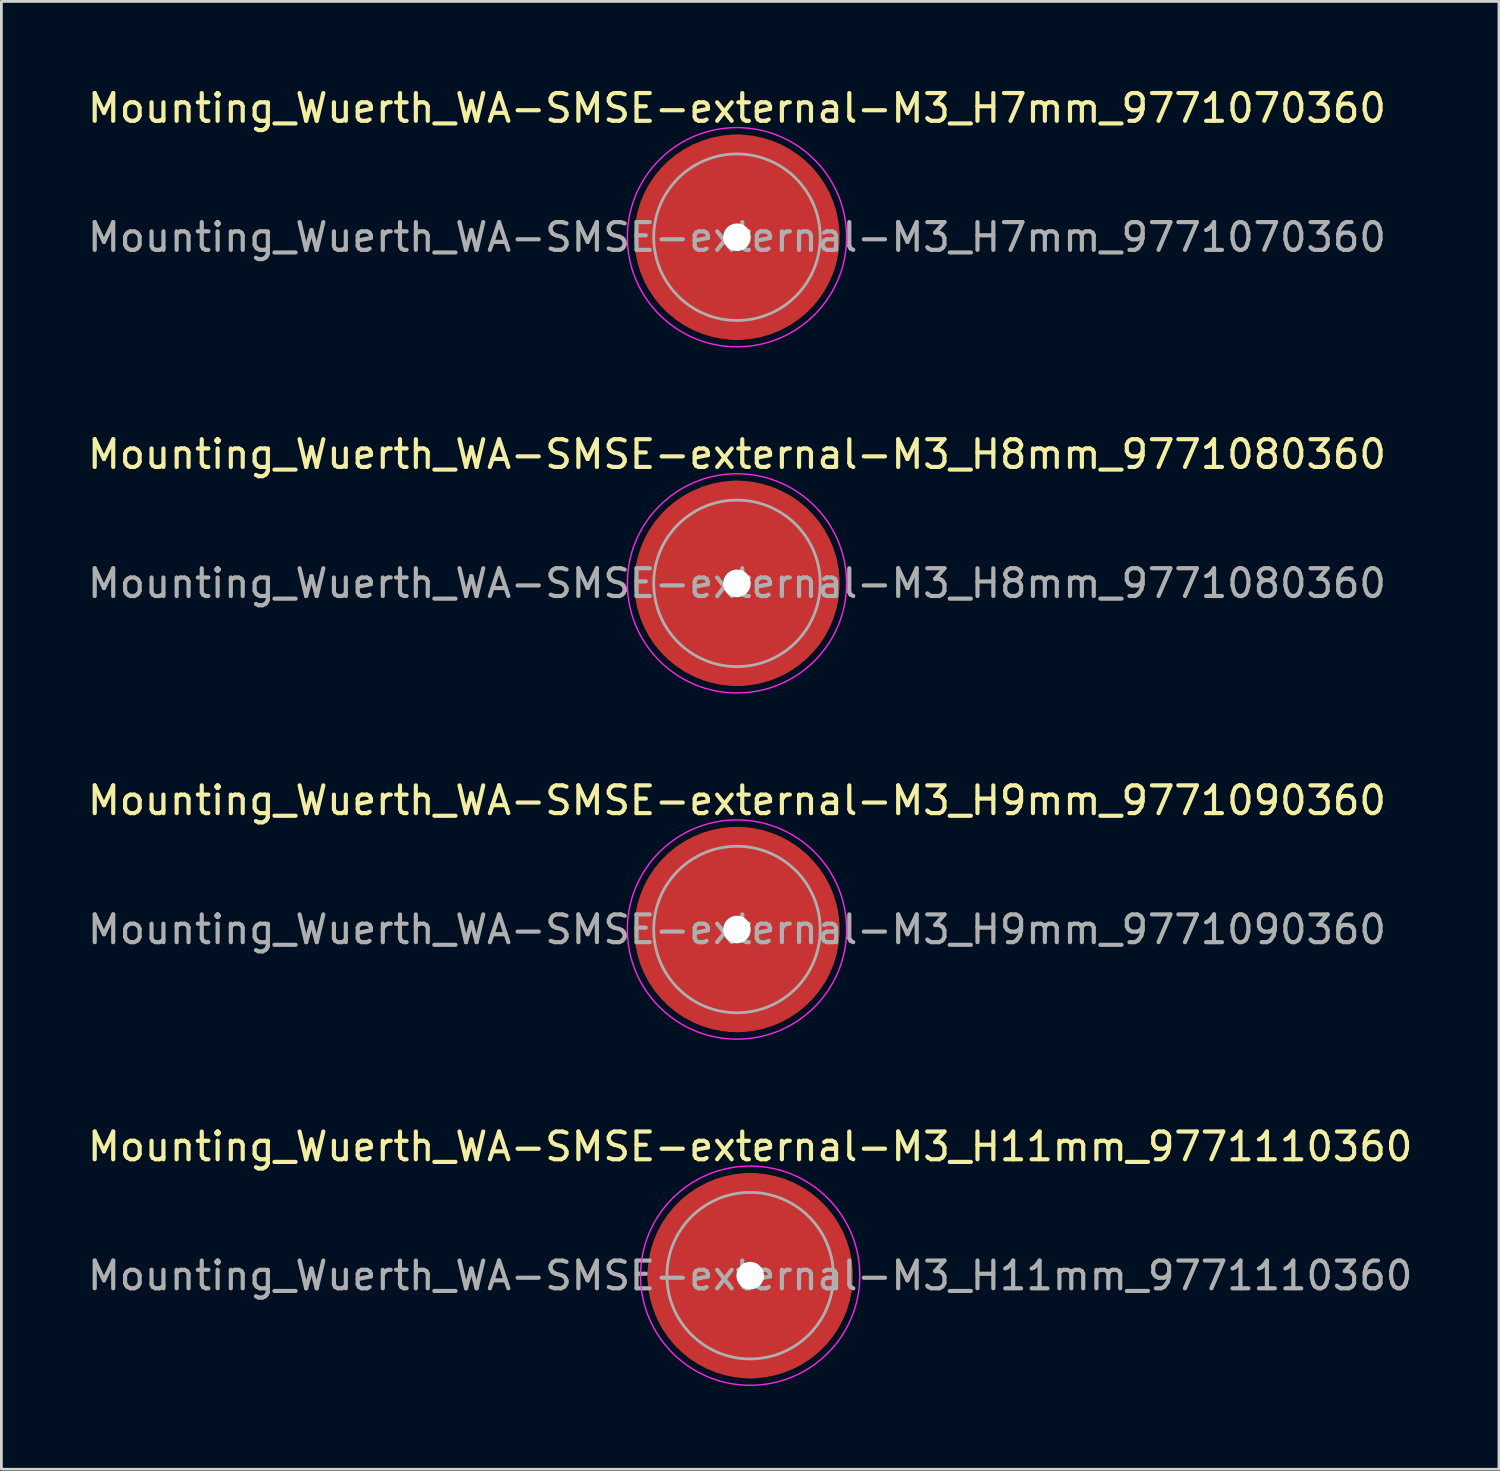
<source format=kicad_pcb>
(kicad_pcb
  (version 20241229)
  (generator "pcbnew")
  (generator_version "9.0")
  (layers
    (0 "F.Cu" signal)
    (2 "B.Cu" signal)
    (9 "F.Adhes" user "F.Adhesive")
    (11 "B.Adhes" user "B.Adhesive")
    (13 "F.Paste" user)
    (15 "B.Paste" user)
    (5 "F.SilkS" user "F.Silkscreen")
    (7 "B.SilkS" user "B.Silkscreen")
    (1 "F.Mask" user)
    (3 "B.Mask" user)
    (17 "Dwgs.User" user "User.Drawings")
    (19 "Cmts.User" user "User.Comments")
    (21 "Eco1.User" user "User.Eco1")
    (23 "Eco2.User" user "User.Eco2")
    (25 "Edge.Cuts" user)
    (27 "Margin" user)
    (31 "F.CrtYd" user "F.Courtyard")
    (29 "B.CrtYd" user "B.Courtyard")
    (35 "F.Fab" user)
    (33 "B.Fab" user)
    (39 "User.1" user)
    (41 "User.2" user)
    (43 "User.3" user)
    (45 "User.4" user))
  (footprint "Mounting_Wuerth_WA-SMSE-external-M3_H9mm_9771090360"
    (layer "F.Cu")
    (at 23.506 30.445)
    (property "Reference" "Mounting_Wuerth_WA-SMSE-external-M3_H9mm_9771090360" (at 0 -4.65 0) (layer "F.SilkS") (effects (font (size 1 1) (thickness 0.15))))
    (attr smd)
    (fp_circle (center 0 0) (end 3.95 0) (stroke (width 0.05) (type solid)) (fill no) (layer "F.CrtYd"))
    (fp_circle (center 0 0) (end 3 0) (stroke (width 0.1) (type solid)) (fill no) (layer "F.Fab"))
    (fp_text user "${REFERENCE}" (at 0 0 0) (layer "F.Fab") (effects (font (size 1 1) (thickness 0.15))))
    (pad "" smd custom (at 0 -2.1) (size 3 3) (layers "F.Paste") (options (anchor circle)) (primitives (gr_arc (start -0.429069 0.82) (mid 0 0.75) (end 0.429069 0.82) (width 1.5)) (gr_arc (start -1.664812 0.82) (mid 0 0) (end 1.664812 0.82) (width 1.5)) (gr_arc (start -2.54639 0.82) (mid 0 -0.75) (end 2.54639 0.82) (width 1.5)) (gr_line (start 0.429 0.82) (end 2.546 0.82) (width 1.5)) (gr_line (start -0.429 0.82) (end -2.546 0.82) (width 1.5))))
    (pad "" np_thru_hole circle (at 0 0) (size 1 1) (drill 1) (layers "*.Cu" "*.Mask"))
    (pad "" smd custom (at 0 2.1) (size 3 3) (layers "F.Paste") (options (anchor circle)) (primitives (gr_arc (start 0.429069 -0.82) (mid 0 -0.75) (end -0.429069 -0.82) (width 1.5)) (gr_arc (start 1.664812 -0.82) (mid 0 0) (end -1.664812 -0.82) (width 1.5)) (gr_arc (start 2.54639 -0.82) (mid 0 0.75) (end -2.54639 -0.82) (width 1.5)) (gr_line (start -0.429 -0.82) (end -2.546 -0.82) (width 1.5)) (gr_line (start 0.429 -0.82) (end 2.546 -0.82) (width 1.5))))
    (pad "1" smd circle (at -2.1 0) (size 3.2 3.2) (layers "F.Cu"))
    (pad "1" smd circle (at 0 -2.1) (size 3.2 3.2) (layers "F.Cu"))
    (pad "1" smd circle (at 0 2.1) (size 3.2 3.2) (layers "F.Cu"))
    (pad "1" smd custom (at 2.1 0) (size 3.2 3.2) (layers "F.Cu" "F.Mask") (options (anchor circle)) (primitives (gr_circle (center -2.1 0) (end 0 0) (width 3.2) (fill no)))))
  (footprint "Mounting_Wuerth_WA-SMSE-external-M3_H8mm_9771080360"
    (layer "F.Cu")
    (at 23.506 17.971)
    (property "Reference" "Mounting_Wuerth_WA-SMSE-external-M3_H8mm_9771080360" (at 0 -4.65 0) (layer "F.SilkS") (effects (font (size 1 1) (thickness 0.15))))
    (attr smd)
    (fp_circle (center 0 0) (end 3.95 0) (stroke (width 0.05) (type solid)) (fill no) (layer "F.CrtYd"))
    (fp_circle (center 0 0) (end 3 0) (stroke (width 0.1) (type solid)) (fill no) (layer "F.Fab"))
    (fp_text user "${REFERENCE}" (at 0 0 0) (layer "F.Fab") (effects (font (size 1 1) (thickness 0.15))))
    (pad "" smd custom (at 0 -2.1) (size 3 3) (layers "F.Paste") (options (anchor circle)) (primitives (gr_arc (start -0.429069 0.82) (mid 0 0.75) (end 0.429069 0.82) (width 1.5)) (gr_arc (start -1.664812 0.82) (mid 0 0) (end 1.664812 0.82) (width 1.5)) (gr_arc (start -2.54639 0.82) (mid 0 -0.75) (end 2.54639 0.82) (width 1.5)) (gr_line (start 0.429 0.82) (end 2.546 0.82) (width 1.5)) (gr_line (start -0.429 0.82) (end -2.546 0.82) (width 1.5))))
    (pad "" np_thru_hole circle (at 0 0) (size 1 1) (drill 1) (layers "*.Cu" "*.Mask"))
    (pad "" smd custom (at 0 2.1) (size 3 3) (layers "F.Paste") (options (anchor circle)) (primitives (gr_arc (start 0.429069 -0.82) (mid 0 -0.75) (end -0.429069 -0.82) (width 1.5)) (gr_arc (start 1.664812 -0.82) (mid 0 0) (end -1.664812 -0.82) (width 1.5)) (gr_arc (start 2.54639 -0.82) (mid 0 0.75) (end -2.54639 -0.82) (width 1.5)) (gr_line (start -0.429 -0.82) (end -2.546 -0.82) (width 1.5)) (gr_line (start 0.429 -0.82) (end 2.546 -0.82) (width 1.5))))
    (pad "1" smd circle (at -2.1 0) (size 3.2 3.2) (layers "F.Cu"))
    (pad "1" smd circle (at 0 -2.1) (size 3.2 3.2) (layers "F.Cu"))
    (pad "1" smd circle (at 0 2.1) (size 3.2 3.2) (layers "F.Cu"))
    (pad "1" smd custom (at 2.1 0) (size 3.2 3.2) (layers "F.Cu" "F.Mask") (options (anchor circle)) (primitives (gr_circle (center -2.1 0) (end 0 0) (width 3.2) (fill no)))))
  (footprint "Mounting_Wuerth_WA-SMSE-external-M3_H11mm_9771110360"
    (layer "F.Cu")
    (at 23.982 42.918)
    (property "Reference" "Mounting_Wuerth_WA-SMSE-external-M3_H11mm_9771110360" (at 0 -4.65 0) (layer "F.SilkS") (effects (font (size 1 1) (thickness 0.15))))
    (attr smd)
    (fp_circle (center 0 0) (end 3.95 0) (stroke (width 0.05) (type solid)) (fill no) (layer "F.CrtYd"))
    (fp_circle (center 0 0) (end 3 0) (stroke (width 0.1) (type solid)) (fill no) (layer "F.Fab"))
    (fp_text user "${REFERENCE}" (at 0 0 0) (layer "F.Fab") (effects (font (size 1 1) (thickness 0.15))))
    (pad "" smd custom (at 0 -2.1) (size 3 3) (layers "F.Paste") (options (anchor circle)) (primitives (gr_arc (start -0.429069 0.82) (mid 0 0.75) (end 0.429069 0.82) (width 1.5)) (gr_arc (start -1.664812 0.82) (mid 0 0) (end 1.664812 0.82) (width 1.5)) (gr_arc (start -2.54639 0.82) (mid 0 -0.75) (end 2.54639 0.82) (width 1.5)) (gr_line (start 0.429 0.82) (end 2.546 0.82) (width 1.5)) (gr_line (start -0.429 0.82) (end -2.546 0.82) (width 1.5))))
    (pad "" np_thru_hole circle (at 0 0) (size 1 1) (drill 1) (layers "*.Cu" "*.Mask"))
    (pad "" smd custom (at 0 2.1) (size 3 3) (layers "F.Paste") (options (anchor circle)) (primitives (gr_arc (start 0.429069 -0.82) (mid 0 -0.75) (end -0.429069 -0.82) (width 1.5)) (gr_arc (start 1.664812 -0.82) (mid 0 0) (end -1.664812 -0.82) (width 1.5)) (gr_arc (start 2.54639 -0.82) (mid 0 0.75) (end -2.54639 -0.82) (width 1.5)) (gr_line (start -0.429 -0.82) (end -2.546 -0.82) (width 1.5)) (gr_line (start 0.429 -0.82) (end 2.546 -0.82) (width 1.5))))
    (pad "1" smd circle (at -2.1 0) (size 3.2 3.2) (layers "F.Cu"))
    (pad "1" smd circle (at 0 -2.1) (size 3.2 3.2) (layers "F.Cu"))
    (pad "1" smd circle (at 0 2.1) (size 3.2 3.2) (layers "F.Cu"))
    (pad "1" smd custom (at 2.1 0) (size 3.2 3.2) (layers "F.Cu" "F.Mask") (options (anchor circle)) (primitives (gr_circle (center -2.1 0) (end 0 0) (width 3.2) (fill no)))))
  (footprint "Mounting_Wuerth_WA-SMSE-external-M3_H7mm_9771070360"
    (layer "F.Cu")
    (at 23.506 5.498)
    (property "Reference" "Mounting_Wuerth_WA-SMSE-external-M3_H7mm_9771070360" (at 0 -4.65 0) (layer "F.SilkS") (effects (font (size 1 1) (thickness 0.15))))
    (attr smd)
    (fp_circle (center 0 0) (end 3.95 0) (stroke (width 0.05) (type solid)) (fill no) (layer "F.CrtYd"))
    (fp_circle (center 0 0) (end 3 0) (stroke (width 0.1) (type solid)) (fill no) (layer "F.Fab"))
    (fp_text user "${REFERENCE}" (at 0 0 0) (layer "F.Fab") (effects (font (size 1 1) (thickness 0.15))))
    (pad "" smd custom (at 0 -2.1) (size 3 3) (layers "F.Paste") (options (anchor circle)) (primitives (gr_arc (start -0.305123 1.47) (mid 0 1.4) (end 0.305123 1.47) (width 0.2)) (gr_arc (start -0.493052 1.47) (mid 0 1.3) (end 0.493052 1.47) (width 0.2)) (gr_arc (start -0.642729 1.47) (mid 0 1.2) (end 0.642729 1.47) (width 0.2)) (gr_arc (start -0.776595 1.47) (mid 0 1.1) (end 0.776595 1.47) (width 0.2)) (gr_arc (start -0.901721 1.47) (mid 0 1) (end 0.901721 1.47) (width 0.2)) (gr_arc (start -1.021323 1.47) (mid 0 0.9) (end 1.021323 1.47) (width 0.2)) (gr_arc (start -1.137146 1.47) (mid 0 0.8) (end 1.137146 1.47) (width 0.2)) (gr_arc (start -1.25024 1.47) (mid 0 0.7) (end 1.25024 1.47) (width 0.2)) (gr_arc (start -1.361286 1.47) (mid 0 0.6) (end 1.361286 1.47) (width 0.2)) (gr_arc (start -1.470748 1.47) (mid 0 0.5) (end 1.470748 1.47) (width 0.2)) (gr_arc (start -1.578955 1.47) (mid 0 0.4) (end 1.578955 1.47) (width 0.2)) (gr_arc (start -1.686149 1.47) (mid 0 0.3) (end 1.686149 1.47) (width 0.2)) (gr_arc (start -1.792512 1.47) (mid 0 0.2) (end 1.792512 1.47) (width 0.2)) (gr_arc (start -1.898183 1.47) (mid 0 0.1) (end 1.898183 1.47) (width 0.2)) (gr_arc (start -2.003272 1.47) (mid 0 0) (end 2.003272 1.47) (width 0.2)) (gr_arc (start -2.107866 1.47) (mid 0 -0.1) (end 2.107866 1.47) (width 0.2)) (gr_arc (start -2.212035 1.47) (mid 0 -0.2) (end 2.212035 1.47) (width 0.2)) (gr_arc (start -2.315837 1.47) (mid 0 -0.3) (end 2.315837 1.47) (width 0.2)) (gr_arc (start -2.419318 1.47) (mid 0 -0.4) (end 2.419318 1.47) (width 0.2)) (gr_arc (start -2.522519 1.47) (mid 0 -0.5) (end 2.522519 1.47) (width 0.2)) (gr_arc (start -2.625471 1.47) (mid 0 -0.6) (end 2.625471 1.47) (width 0.2)) (gr_arc (start -2.728205 1.47) (mid 0 -0.7) (end 2.728205 1.47) (width 0.2)) (gr_arc (start -2.830742 1.47) (mid 0 -0.8) (end 2.830742 1.47) (width 0.2)) (gr_arc (start -2.933104 1.47) (mid 0 -0.9) (end 2.933104 1.47) (width 0.2)) (gr_arc (start -3.035309 1.47) (mid 0 -1) (end 3.035309 1.47) (width 0.2)) (gr_arc (start -3.137372 1.47) (mid 0 -1.1) (end 3.137372 1.47) (width 0.2)) (gr_arc (start -3.239305 1.47) (mid 0 -1.2) (end 3.239305 1.47) (width 0.2)) (gr_arc (start -3.341123 1.47) (mid 0 -1.3) (end 3.341123 1.47) (width 0.2)) (gr_arc (start -3.442833 1.47) (mid 0 -1.4) (end 3.442833 1.47) (width 0.2)) (gr_line (start 0.305 1.47) (end 3.443 1.47) (width 0.2)) (gr_line (start -0.305 1.47) (end -3.443 1.47) (width 0.2))))
    (pad "" np_thru_hole circle (at 0 0) (size 1 1) (drill 1) (layers "*.Cu" "*.Mask"))
    (pad "" smd custom (at 0 2.1) (size 3 3) (layers "F.Paste") (options (anchor circle)) (primitives (gr_arc (start 0.305123 -1.47) (mid 0 -1.4) (end -0.305123 -1.47) (width 0.2)) (gr_arc (start 0.493052 -1.47) (mid 0 -1.3) (end -0.493052 -1.47) (width 0.2)) (gr_arc (start 0.642729 -1.47) (mid 0 -1.2) (end -0.642729 -1.47) (width 0.2)) (gr_arc (start 0.776595 -1.47) (mid 0 -1.1) (end -0.776595 -1.47) (width 0.2)) (gr_arc (start 0.901721 -1.47) (mid 0 -1) (end -0.901721 -1.47) (width 0.2)) (gr_arc (start 1.021323 -1.47) (mid 0 -0.9) (end -1.021323 -1.47) (width 0.2)) (gr_arc (start 1.137146 -1.47) (mid 0 -0.8) (end -1.137146 -1.47) (width 0.2)) (gr_arc (start 1.25024 -1.47) (mid 0 -0.7) (end -1.25024 -1.47) (width 0.2)) (gr_arc (start 1.361286 -1.47) (mid 0 -0.6) (end -1.361286 -1.47) (width 0.2)) (gr_arc (start 1.470748 -1.47) (mid 0 -0.5) (end -1.470748 -1.47) (width 0.2)) (gr_arc (start 1.578955 -1.47) (mid 0 -0.4) (end -1.578955 -1.47) (width 0.2)) (gr_arc (start 1.686149 -1.47) (mid 0 -0.3) (end -1.686149 -1.47) (width 0.2)) (gr_arc (start 1.792512 -1.47) (mid 0 -0.2) (end -1.792512 -1.47) (width 0.2)) (gr_arc (start 1.898183 -1.47) (mid 0 -0.1) (end -1.898183 -1.47) (width 0.2)) (gr_arc (start 2.003272 -1.47) (mid 0 0) (end -2.003272 -1.47) (width 0.2)) (gr_arc (start 2.107866 -1.47) (mid 0 0.1) (end -2.107866 -1.47) (width 0.2)) (gr_arc (start 2.212035 -1.47) (mid 0 0.2) (end -2.212035 -1.47) (width 0.2)) (gr_arc (start 2.315837 -1.47) (mid 0 0.3) (end -2.315837 -1.47) (width 0.2)) (gr_arc (start 2.419318 -1.47) (mid 0 0.4) (end -2.419318 -1.47) (width 0.2)) (gr_arc (start 2.522519 -1.47) (mid 0 0.5) (end -2.522519 -1.47) (width 0.2)) (gr_arc (start 2.625471 -1.47) (mid 0 0.6) (end -2.625471 -1.47) (width 0.2)) (gr_arc (start 2.728205 -1.47) (mid 0 0.7) (end -2.728205 -1.47) (width 0.2)) (gr_arc (start 2.830742 -1.47) (mid 0 0.8) (end -2.830742 -1.47) (width 0.2)) (gr_arc (start 2.933104 -1.47) (mid 0 0.9) (end -2.933104 -1.47) (width 0.2)) (gr_arc (start 3.035309 -1.47) (mid 0 1) (end -3.035309 -1.47) (width 0.2)) (gr_arc (start 3.137372 -1.47) (mid 0 1.1) (end -3.137372 -1.47) (width 0.2)) (gr_arc (start 3.239305 -1.47) (mid 0 1.2) (end -3.239305 -1.47) (width 0.2)) (gr_arc (start 3.341123 -1.47) (mid 0 1.3) (end -3.341123 -1.47) (width 0.2)) (gr_arc (start 3.442833 -1.47) (mid 0 1.4) (end -3.442833 -1.47) (width 0.2)) (gr_line (start -0.305 -1.47) (end -3.443 -1.47) (width 0.2)) (gr_line (start 0.305 -1.47) (end 3.443 -1.47) (width 0.2))))
    (pad "1" smd circle (at -2.1 0) (size 3.2 3.2) (layers "F.Cu"))
    (pad "1" smd circle (at 0 -2.1) (size 3.2 3.2) (layers "F.Cu"))
    (pad "1" smd circle (at 0 2.1) (size 3.2 3.2) (layers "F.Cu"))
    (pad "1" smd custom (at 2.1 0) (size 3.2 3.2) (layers "F.Cu" "F.Mask") (options (anchor circle)) (primitives (gr_circle (center -2.1 0) (end 0 0) (width 3.2) (fill no)))))
  (gr_rect
    (start -3 -3)
    (end 50.964 49.893)
    (stroke (width 0.1) (type default))
    (fill no)
    (layer "Edge.Cuts")))
</source>
